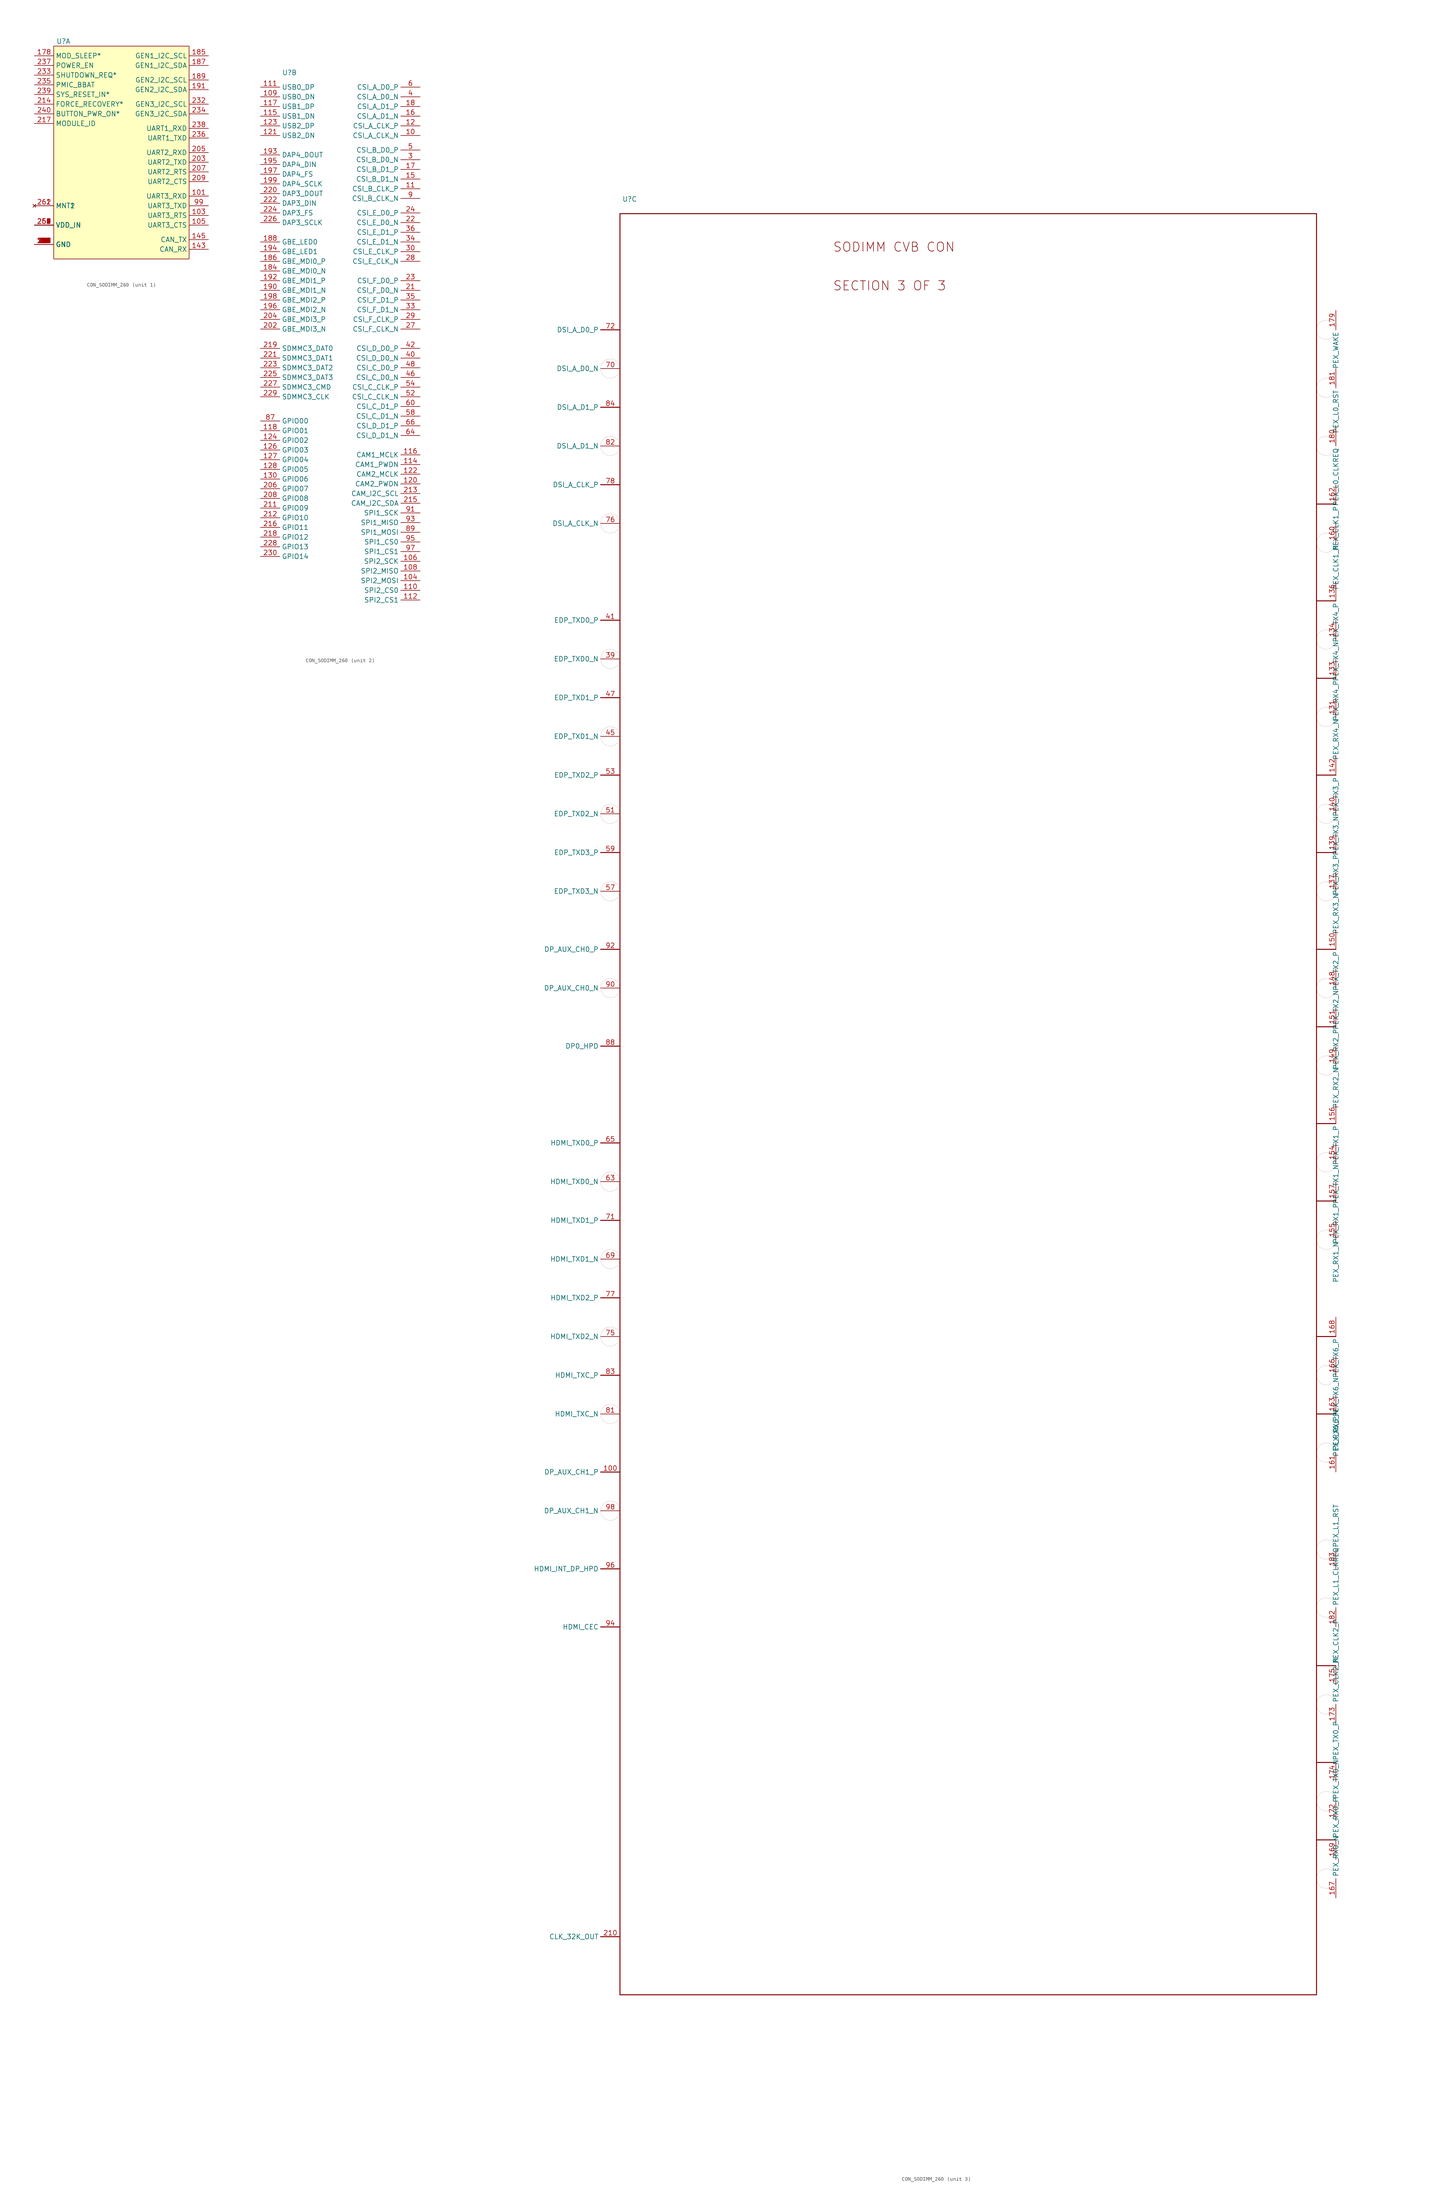
<source format=kicad_sym>
(kicad_symbol_lib
  (version 20220914)
  (generator kicad_symbol_editor)
  (symbol "CON_SODIMM_260"
    (pin_names
      (offset 0.5))
    (property "Reference" "U"
      (at 7.62 3.81 0)
      (effects (font (size 1.27 1.27))))
    (property "Value" ""
      (at 0 -44.45 0)
      (effects (font (size 1.27 1.27))))
    (property "ki_locked" ""
      (at 0 0 0)
      (effects (font (size 1.27 1.27))))
    (symbol "CON_SODIMM_260_1_0"
      (pin bidirectional line (at 0 -49.53 0) (length 5.08) (name "GND" (effects (font (size 1.27 1.27)))) (number "1" (effects (font (size 1.27 1.27)))))
      (pin bidirectional line (at 45.72 -36.83 180) (length 5.08) (name "UART3_RXD" (effects (font (size 1.27 1.27)))) (number "101" (effects (font (size 1.27 1.27)))))
      (pin bidirectional line (at 0 -49.53 0) (length 5.08) (name "GND" (effects (font (size 1.27 1.27)))) (number "102" (effects (font (size 1.27 1.27)))))
      (pin bidirectional line (at 45.72 -41.91 180) (length 5.08) (name "UART3_RTS" (effects (font (size 1.27 1.27)))) (number "103" (effects (font (size 1.27 1.27)))))
      (pin bidirectional line (at 45.72 -44.45 180) (length 5.08) (name "UART3_CTS" (effects (font (size 1.27 1.27)))) (number "105" (effects (font (size 1.27 1.27)))))
      (pin bidirectional line (at 0 -49.53 0) (length 5.08) (name "GND" (effects (font (size 1.27 1.27)))) (number "107" (effects (font (size 1.27 1.27)))))
      (pin bidirectional line (at 0 -49.53 0) (length 5.08) (name "GND" (effects (font (size 1.27 1.27)))) (number "113" (effects (font (size 1.27 1.27)))))
      (pin bidirectional line (at 0 -49.53 0) (length 5.08) (name "GND" (effects (font (size 1.27 1.27)))) (number "119" (effects (font (size 1.27 1.27)))))
      (pin bidirectional line (at 0 -49.53 0) (length 5.08) (name "GND" (effects (font (size 1.27 1.27)))) (number "125" (effects (font (size 1.27 1.27)))))
      (pin bidirectional line (at 0 -49.53 0) (length 5.08) (name "GND" (effects (font (size 1.27 1.27)))) (number "129" (effects (font (size 1.27 1.27)))))
      (pin bidirectional line (at 0 -49.53 0) (length 5.08) (name "GND" (effects (font (size 1.27 1.27)))) (number "13" (effects (font (size 1.27 1.27)))))
      (pin bidirectional line (at 0 -49.53 0) (length 5.08) (name "GND" (effects (font (size 1.27 1.27)))) (number "132" (effects (font (size 1.27 1.27)))))
      (pin bidirectional line (at 0 -49.53 0) (length 5.08) (name "GND" (effects (font (size 1.27 1.27)))) (number "135" (effects (font (size 1.27 1.27)))))
      (pin bidirectional line (at 0 -49.53 0) (length 5.08) (name "GND" (effects (font (size 1.27 1.27)))) (number "138" (effects (font (size 1.27 1.27)))))
      (pin bidirectional line (at 0 -49.53 0) (length 5.08) (name "GND" (effects (font (size 1.27 1.27)))) (number "14" (effects (font (size 1.27 1.27)))))
      (pin bidirectional line (at 0 -49.53 0) (length 5.08) (name "GND" (effects (font (size 1.27 1.27)))) (number "141" (effects (font (size 1.27 1.27)))))
      (pin bidirectional line (at 45.72 -50.8 180) (length 5.08) (name "CAN_RX" (effects (font (size 1.27 1.27)))) (number "143" (effects (font (size 1.27 1.27)))))
      (pin bidirectional line (at 0 -49.53 0) (length 5.08) (name "GND" (effects (font (size 1.27 1.27)))) (number "144" (effects (font (size 1.27 1.27)))))
      (pin bidirectional line (at 45.72 -48.26 180) (length 5.08) (name "CAN_TX" (effects (font (size 1.27 1.27)))) (number "145" (effects (font (size 1.27 1.27)))))
      (pin bidirectional line (at 0 -49.53 0) (length 5.08) (name "GND" (effects (font (size 1.27 1.27)))) (number "146" (effects (font (size 1.27 1.27)))))
      (pin bidirectional line (at 0 -49.53 0) (length 5.08) (name "GND" (effects (font (size 1.27 1.27)))) (number "147" (effects (font (size 1.27 1.27)))))
      (pin bidirectional line (at 0 -49.53 0) (length 5.08) (name "GND" (effects (font (size 1.27 1.27)))) (number "152" (effects (font (size 1.27 1.27)))))
      (pin bidirectional line (at 0 -49.53 0) (length 5.08) (name "GND" (effects (font (size 1.27 1.27)))) (number "153" (effects (font (size 1.27 1.27)))))
      (pin bidirectional line (at 0 -49.53 0) (length 5.08) (name "GND" (effects (font (size 1.27 1.27)))) (number "158" (effects (font (size 1.27 1.27)))))
      (pin bidirectional line (at 0 -49.53 0) (length 5.08) (name "GND" (effects (font (size 1.27 1.27)))) (number "159" (effects (font (size 1.27 1.27)))))
      (pin bidirectional line (at 0 -49.53 0) (length 5.08) (name "GND" (effects (font (size 1.27 1.27)))) (number "164" (effects (font (size 1.27 1.27)))))
      (pin bidirectional line (at 0 -49.53 0) (length 5.08) (name "GND" (effects (font (size 1.27 1.27)))) (number "165" (effects (font (size 1.27 1.27)))))
      (pin bidirectional line (at 0 -49.53 0) (length 5.08) (name "GND" (effects (font (size 1.27 1.27)))) (number "170" (effects (font (size 1.27 1.27)))))
      (pin bidirectional line (at 0 -49.53 0) (length 5.08) (name "GND" (effects (font (size 1.27 1.27)))) (number "171" (effects (font (size 1.27 1.27)))))
      (pin bidirectional line (at 0 -49.53 0) (length 5.08) (name "GND" (effects (font (size 1.27 1.27)))) (number "176" (effects (font (size 1.27 1.27)))))
      (pin bidirectional line (at 0 -49.53 0) (length 5.08) (name "GND" (effects (font (size 1.27 1.27)))) (number "177" (effects (font (size 1.27 1.27)))))
      (pin bidirectional line (at 0 0 0) (length 5.08) (name "MOD_SLEEP*" (effects (font (size 1.27 1.27)))) (number "178" (effects (font (size 1.27 1.27)))))
      (pin bidirectional line (at 45.72 0 180) (length 5.08) (name "GEN1_I2C_SCL" (effects (font (size 1.27 1.27)))) (number "185" (effects (font (size 1.27 1.27)))))
      (pin bidirectional line (at 45.72 -2.54 180) (length 5.08) (name "GEN1_I2C_SDA" (effects (font (size 1.27 1.27)))) (number "187" (effects (font (size 1.27 1.27)))))
      (pin bidirectional line (at 45.72 -6.35 180) (length 5.08) (name "GEN2_I2C_SCL" (effects (font (size 1.27 1.27)))) (number "189" (effects (font (size 1.27 1.27)))))
      (pin bidirectional line (at 0 -49.53 0) (length 5.08) (name "GND" (effects (font (size 1.27 1.27)))) (number "19" (effects (font (size 1.27 1.27)))))
      (pin bidirectional line (at 45.72 -8.89 180) (length 5.08) (name "GEN2_I2C_SDA" (effects (font (size 1.27 1.27)))) (number "191" (effects (font (size 1.27 1.27)))))
      (pin bidirectional line (at 0 -49.53 0) (length 5.08) (name "GND" (effects (font (size 1.27 1.27)))) (number "2" (effects (font (size 1.27 1.27)))))
      (pin bidirectional line (at 0 -49.53 0) (length 5.08) (name "GND" (effects (font (size 1.27 1.27)))) (number "20" (effects (font (size 1.27 1.27)))))
      (pin bidirectional line (at 0 -49.53 0) (length 5.08) (name "GND" (effects (font (size 1.27 1.27)))) (number "200" (effects (font (size 1.27 1.27)))))
      (pin bidirectional line (at 0 -49.53 0) (length 5.08) (name "GND" (effects (font (size 1.27 1.27)))) (number "201" (effects (font (size 1.27 1.27)))))
      (pin bidirectional line (at 45.72 -27.94 180) (length 5.08) (name "UART2_TXD" (effects (font (size 1.27 1.27)))) (number "203" (effects (font (size 1.27 1.27)))))
      (pin bidirectional line (at 45.72 -25.4 180) (length 5.08) (name "UART2_RXD" (effects (font (size 1.27 1.27)))) (number "205" (effects (font (size 1.27 1.27)))))
      (pin bidirectional line (at 45.72 -30.48 180) (length 5.08) (name "UART2_RTS" (effects (font (size 1.27 1.27)))) (number "207" (effects (font (size 1.27 1.27)))))
      (pin bidirectional line (at 45.72 -33.02 180) (length 5.08) (name "UART2_CTS" (effects (font (size 1.27 1.27)))) (number "209" (effects (font (size 1.27 1.27)))))
      (pin bidirectional line (at 0 -12.7 0) (length 5.08) (name "FORCE_RECOVERY*" (effects (font (size 1.27 1.27)))) (number "214" (effects (font (size 1.27 1.27)))))
      (pin bidirectional line (at 0 -17.78 0) (length 5.08) (name "MODULE_ID" (effects (font (size 1.27 1.27)))) (number "217" (effects (font (size 1.27 1.27)))))
      (pin bidirectional line (at 0 -49.53 0) (length 5.08) (name "GND" (effects (font (size 1.27 1.27)))) (number "231" (effects (font (size 1.27 1.27)))))
      (pin bidirectional line (at 45.72 -12.7 180) (length 5.08) (name "GEN3_I2C_SCL" (effects (font (size 1.27 1.27)))) (number "232" (effects (font (size 1.27 1.27)))))
      (pin bidirectional line (at 0 -5.08 0) (length 5.08) (name "SHUTDOWN_REQ*" (effects (font (size 1.27 1.27)))) (number "233" (effects (font (size 1.27 1.27)))))
      (pin bidirectional line (at 45.72 -15.24 180) (length 5.08) (name "GEN3_I2C_SDA" (effects (font (size 1.27 1.27)))) (number "234" (effects (font (size 1.27 1.27)))))
      (pin bidirectional line (at 0 -7.62 0) (length 5.08) (name "PMIC_BBAT" (effects (font (size 1.27 1.27)))) (number "235" (effects (font (size 1.27 1.27)))))
      (pin bidirectional line (at 45.72 -21.59 180) (length 5.08) (name "UART1_TXD" (effects (font (size 1.27 1.27)))) (number "236" (effects (font (size 1.27 1.27)))))
      (pin bidirectional line (at 0 -2.54 0) (length 5.08) (name "POWER_EN" (effects (font (size 1.27 1.27)))) (number "237" (effects (font (size 1.27 1.27)))))
      (pin bidirectional line (at 45.72 -19.05 180) (length 5.08) (name "UART1_RXD" (effects (font (size 1.27 1.27)))) (number "238" (effects (font (size 1.27 1.27)))))
      (pin bidirectional line (at 0 -10.16 0) (length 5.08) (name "SYS_RESET_IN*" (effects (font (size 1.27 1.27)))) (number "239" (effects (font (size 1.27 1.27)))))
      (pin bidirectional line (at 0 -15.24 0) (length 5.08) (name "BUTTON_PWR_ON*" (effects (font (size 1.27 1.27)))) (number "240" (effects (font (size 1.27 1.27)))))
      (pin bidirectional line (at 0 -49.53 0) (length 5.08) (name "GND" (effects (font (size 1.27 1.27)))) (number "241" (effects (font (size 1.27 1.27)))))
      (pin bidirectional line (at 0 -49.53 0) (length 5.08) (name "GND" (effects (font (size 1.27 1.27)))) (number "242" (effects (font (size 1.27 1.27)))))
      (pin bidirectional line (at 0 -49.53 0) (length 5.08) (name "GND" (effects (font (size 1.27 1.27)))) (number "243" (effects (font (size 1.27 1.27)))))
      (pin bidirectional line (at 0 -49.53 0) (length 5.08) (name "GND" (effects (font (size 1.27 1.27)))) (number "244" (effects (font (size 1.27 1.27)))))
      (pin bidirectional line (at 0 -49.53 0) (length 5.08) (name "GND" (effects (font (size 1.27 1.27)))) (number "245" (effects (font (size 1.27 1.27)))))
      (pin bidirectional line (at 0 -49.53 0) (length 5.08) (name "GND" (effects (font (size 1.27 1.27)))) (number "246" (effects (font (size 1.27 1.27)))))
      (pin bidirectional line (at 0 -49.53 0) (length 5.08) (name "GND" (effects (font (size 1.27 1.27)))) (number "247" (effects (font (size 1.27 1.27)))))
      (pin bidirectional line (at 0 -49.53 0) (length 5.08) (name "GND" (effects (font (size 1.27 1.27)))) (number "248" (effects (font (size 1.27 1.27)))))
      (pin bidirectional line (at 0 -49.53 0) (length 5.08) (name "GND" (effects (font (size 1.27 1.27)))) (number "249" (effects (font (size 1.27 1.27)))))
      (pin bidirectional line (at 0 -49.53 0) (length 5.08) (name "GND" (effects (font (size 1.27 1.27)))) (number "25" (effects (font (size 1.27 1.27)))))
      (pin bidirectional line (at 0 -49.53 0) (length 5.08) (name "GND" (effects (font (size 1.27 1.27)))) (number "250" (effects (font (size 1.27 1.27)))))
      (pin power_in line (at 0 -44.45 0) (length 5.08) (name "VDD_IN" (effects (font (size 1.27 1.27)))) (number "251" (effects (font (size 1.27 1.27)))))
      (pin power_in line (at 0 -44.45 0) (length 5.08) (name "VDD_IN" (effects (font (size 1.27 1.27)))) (number "252" (effects (font (size 1.27 1.27)))))
      (pin power_in line (at 0 -44.45 0) (length 5.08) (name "VDD_IN" (effects (font (size 1.27 1.27)))) (number "253" (effects (font (size 1.27 1.27)))))
      (pin power_in line (at 0 -44.45 0) (length 5.08) (name "VDD_IN" (effects (font (size 1.27 1.27)))) (number "254" (effects (font (size 1.27 1.27)))))
      (pin power_in line (at 0 -44.45 0) (length 5.08) (name "VDD_IN" (effects (font (size 1.27 1.27)))) (number "255" (effects (font (size 1.27 1.27)))))
      (pin power_in line (at 0 -44.45 0) (length 5.08) (name "VDD_IN" (effects (font (size 1.27 1.27)))) (number "256" (effects (font (size 1.27 1.27)))))
      (pin power_in line (at 0 -44.45 0) (length 5.08) (name "VDD_IN" (effects (font (size 1.27 1.27)))) (number "257" (effects (font (size 1.27 1.27)))))
      (pin power_in line (at 0 -44.45 0) (length 5.08) (name "VDD_IN" (effects (font (size 1.27 1.27)))) (number "258" (effects (font (size 1.27 1.27)))))
      (pin power_in line (at 0 -44.45 0) (length 5.08) (name "VDD_IN" (effects (font (size 1.27 1.27)))) (number "259" (effects (font (size 1.27 1.27)))))
      (pin bidirectional line (at 0 -49.53 0) (length 5.08) (name "GND" (effects (font (size 1.27 1.27)))) (number "26" (effects (font (size 1.27 1.27)))))
      (pin power_in line (at 0 -44.45 0) (length 5.08) (name "VDD_IN" (effects (font (size 1.27 1.27)))) (number "260" (effects (font (size 1.27 1.27)))))
      (pin no_connect line (at 0 -39.37 0) (length 5.08) (name "MNT1" (effects (font (size 1.27 1.27)))) (number "261" (effects (font (size 1.27 1.27)))))
      (pin no_connect line (at 0 -39.37 0) (length 5.08) (name "MNT2" (effects (font (size 1.27 1.27)))) (number "262" (effects (font (size 1.27 1.27)))))
      (pin bidirectional line (at 0 -49.53 0) (length 5.08) (name "GND" (effects (font (size 1.27 1.27)))) (number "31" (effects (font (size 1.27 1.27)))))
      (pin bidirectional line (at 0 -49.53 0) (length 5.08) (name "GND" (effects (font (size 1.27 1.27)))) (number "32" (effects (font (size 1.27 1.27)))))
      (pin bidirectional line (at 0 -49.53 0) (length 5.08) (name "GND" (effects (font (size 1.27 1.27)))) (number "37" (effects (font (size 1.27 1.27)))))
      (pin bidirectional line (at 0 -49.53 0) (length 5.08) (name "GND" (effects (font (size 1.27 1.27)))) (number "38" (effects (font (size 1.27 1.27)))))
      (pin bidirectional line (at 0 -49.53 0) (length 5.08) (name "GND" (effects (font (size 1.27 1.27)))) (number "43" (effects (font (size 1.27 1.27)))))
      (pin bidirectional line (at 0 -49.53 0) (length 5.08) (name "GND" (effects (font (size 1.27 1.27)))) (number "44" (effects (font (size 1.27 1.27)))))
      (pin bidirectional line (at 0 -49.53 0) (length 5.08) (name "GND" (effects (font (size 1.27 1.27)))) (number "49" (effects (font (size 1.27 1.27)))))
      (pin bidirectional line (at 0 -49.53 0) (length 5.08) (name "GND" (effects (font (size 1.27 1.27)))) (number "50" (effects (font (size 1.27 1.27)))))
      (pin bidirectional line (at 0 -49.53 0) (length 5.08) (name "GND" (effects (font (size 1.27 1.27)))) (number "55" (effects (font (size 1.27 1.27)))))
      (pin bidirectional line (at 0 -49.53 0) (length 5.08) (name "GND" (effects (font (size 1.27 1.27)))) (number "56" (effects (font (size 1.27 1.27)))))
      (pin bidirectional line (at 0 -49.53 0) (length 5.08) (name "GND" (effects (font (size 1.27 1.27)))) (number "61" (effects (font (size 1.27 1.27)))))
      (pin bidirectional line (at 0 -49.53 0) (length 5.08) (name "GND" (effects (font (size 1.27 1.27)))) (number "62" (effects (font (size 1.27 1.27)))))
      (pin bidirectional line (at 0 -49.53 0) (length 5.08) (name "GND" (effects (font (size 1.27 1.27)))) (number "67" (effects (font (size 1.27 1.27)))))
      (pin bidirectional line (at 0 -49.53 0) (length 5.08) (name "GND" (effects (font (size 1.27 1.27)))) (number "68" (effects (font (size 1.27 1.27)))))
      (pin bidirectional line (at 0 -49.53 0) (length 5.08) (name "GND" (effects (font (size 1.27 1.27)))) (number "7" (effects (font (size 1.27 1.27)))))
      (pin bidirectional line (at 0 -49.53 0) (length 5.08) (name "GND" (effects (font (size 1.27 1.27)))) (number "73" (effects (font (size 1.27 1.27)))))
      (pin bidirectional line (at 0 -49.53 0) (length 5.08) (name "GND" (effects (font (size 1.27 1.27)))) (number "74" (effects (font (size 1.27 1.27)))))
      (pin bidirectional line (at 0 -49.53 0) (length 5.08) (name "GND" (effects (font (size 1.27 1.27)))) (number "79" (effects (font (size 1.27 1.27)))))
      (pin bidirectional line (at 0 -49.53 0) (length 5.08) (name "GND" (effects (font (size 1.27 1.27)))) (number "8" (effects (font (size 1.27 1.27)))))
      (pin bidirectional line (at 0 -49.53 0) (length 5.08) (name "GND" (effects (font (size 1.27 1.27)))) (number "80" (effects (font (size 1.27 1.27)))))
      (pin bidirectional line (at 0 -49.53 0) (length 5.08) (name "GND" (effects (font (size 1.27 1.27)))) (number "85" (effects (font (size 1.27 1.27)))))
      (pin bidirectional line (at 0 -49.53 0) (length 5.08) (name "GND" (effects (font (size 1.27 1.27)))) (number "86" (effects (font (size 1.27 1.27)))))
      (pin bidirectional line (at 45.72 -39.37 180) (length 5.08) (name "UART3_TXD" (effects (font (size 1.27 1.27)))) (number "99" (effects (font (size 1.27 1.27))))))
    (symbol "CON_SODIMM_260_1_1"
      (rectangle (start 5.08 2.54) (end 40.64 -53.34) (stroke (width 0) (type default)) (fill (type background))))
    (symbol "CON_SODIMM_260_2_0"
      (pin bidirectional line (at 41.91 -12.7 180) (length 5.08) (name "CSI_A_CLK_N" (effects (font (size 1.27 1.27)))) (number "10" (effects (font (size 1.27 1.27)))))
      (pin bidirectional line (at 41.91 -129.54 180) (length 5.08) (name "SPI2_MOSI" (effects (font (size 1.27 1.27)))) (number "104" (effects (font (size 1.27 1.27)))))
      (pin bidirectional line (at 41.91 -124.46 180) (length 5.08) (name "SPI2_SCK" (effects (font (size 1.27 1.27)))) (number "106" (effects (font (size 1.27 1.27)))))
      (pin bidirectional line (at 41.91 -127 180) (length 5.08) (name "SPI2_MISO" (effects (font (size 1.27 1.27)))) (number "108" (effects (font (size 1.27 1.27)))))
      (pin bidirectional line (at 0 -2.54 0) (length 5.08) (name "USB0_DN" (effects (font (size 1.27 1.27)))) (number "109" (effects (font (size 1.27 1.27)))))
      (pin bidirectional line (at 41.91 -26.67 180) (length 5.08) (name "CSI_B_CLK_P" (effects (font (size 1.27 1.27)))) (number "11" (effects (font (size 1.27 1.27)))))
      (pin bidirectional line (at 41.91 -132.08 180) (length 5.08) (name "SPI2_CS0" (effects (font (size 1.27 1.27)))) (number "110" (effects (font (size 1.27 1.27)))))
      (pin bidirectional line (at 0 0 0) (length 5.08) (name "USB0_DP" (effects (font (size 1.27 1.27)))) (number "111" (effects (font (size 1.27 1.27)))))
      (pin bidirectional line (at 41.91 -134.62 180) (length 5.08) (name "SPI2_CS1" (effects (font (size 1.27 1.27)))) (number "112" (effects (font (size 1.27 1.27)))))
      (pin bidirectional line (at 41.91 -99.06 180) (length 5.08) (name "CAM1_PWDN" (effects (font (size 1.27 1.27)))) (number "114" (effects (font (size 1.27 1.27)))))
      (pin bidirectional line (at 0 -7.62 0) (length 5.08) (name "USB1_DN" (effects (font (size 1.27 1.27)))) (number "115" (effects (font (size 1.27 1.27)))))
      (pin bidirectional line (at 41.91 -96.52 180) (length 5.08) (name "CAM1_MCLK" (effects (font (size 1.27 1.27)))) (number "116" (effects (font (size 1.27 1.27)))))
      (pin bidirectional line (at 0 -5.08 0) (length 5.08) (name "USB1_DP" (effects (font (size 1.27 1.27)))) (number "117" (effects (font (size 1.27 1.27)))))
      (pin bidirectional line (at 0 -90.17 0) (length 5.08) (name "GPIO01" (effects (font (size 1.27 1.27)))) (number "118" (effects (font (size 1.27 1.27)))))
      (pin bidirectional line (at 41.91 -10.16 180) (length 5.08) (name "CSI_A_CLK_P" (effects (font (size 1.27 1.27)))) (number "12" (effects (font (size 1.27 1.27)))))
      (pin bidirectional line (at 41.91 -104.14 180) (length 5.08) (name "CAM2_PWDN" (effects (font (size 1.27 1.27)))) (number "120" (effects (font (size 1.27 1.27)))))
      (pin bidirectional line (at 0 -12.7 0) (length 5.08) (name "USB2_DN" (effects (font (size 1.27 1.27)))) (number "121" (effects (font (size 1.27 1.27)))))
      (pin bidirectional line (at 41.91 -101.6 180) (length 5.08) (name "CAM2_MCLK" (effects (font (size 1.27 1.27)))) (number "122" (effects (font (size 1.27 1.27)))))
      (pin bidirectional line (at 0 -10.16 0) (length 5.08) (name "USB2_DP" (effects (font (size 1.27 1.27)))) (number "123" (effects (font (size 1.27 1.27)))))
      (pin bidirectional line (at 0 -92.71 0) (length 5.08) (name "GPIO02" (effects (font (size 1.27 1.27)))) (number "124" (effects (font (size 1.27 1.27)))))
      (pin bidirectional line (at 0 -95.25 0) (length 5.08) (name "GPIO03" (effects (font (size 1.27 1.27)))) (number "126" (effects (font (size 1.27 1.27)))))
      (pin bidirectional line (at 0 -97.79 0) (length 5.08) (name "GPIO04" (effects (font (size 1.27 1.27)))) (number "127" (effects (font (size 1.27 1.27)))))
      (pin bidirectional line (at 0 -100.33 0) (length 5.08) (name "GPIO05" (effects (font (size 1.27 1.27)))) (number "128" (effects (font (size 1.27 1.27)))))
      (pin bidirectional line (at 0 -102.87 0) (length 5.08) (name "GPIO06" (effects (font (size 1.27 1.27)))) (number "130" (effects (font (size 1.27 1.27)))))
      (pin bidirectional line (at 41.91 -24.13 180) (length 5.08) (name "CSI_B_D1_N" (effects (font (size 1.27 1.27)))) (number "15" (effects (font (size 1.27 1.27)))))
      (pin bidirectional line (at 41.91 -7.62 180) (length 5.08) (name "CSI_A_D1_N" (effects (font (size 1.27 1.27)))) (number "16" (effects (font (size 1.27 1.27)))))
      (pin bidirectional line (at 41.91 -21.59 180) (length 5.08) (name "CSI_B_D1_P" (effects (font (size 1.27 1.27)))) (number "17" (effects (font (size 1.27 1.27)))))
      (pin bidirectional line (at 41.91 -5.08 180) (length 5.08) (name "CSI_A_D1_P" (effects (font (size 1.27 1.27)))) (number "18" (effects (font (size 1.27 1.27)))))
      (pin bidirectional line (at 0 -48.26 0) (length 5.08) (name "GBE_MDI0_N" (effects (font (size 1.27 1.27)))) (number "184" (effects (font (size 1.27 1.27)))))
      (pin bidirectional line (at 0 -45.72 0) (length 5.08) (name "GBE_MDI0_P" (effects (font (size 1.27 1.27)))) (number "186" (effects (font (size 1.27 1.27)))))
      (pin bidirectional line (at 0 -40.64 0) (length 5.08) (name "GBE_LED0" (effects (font (size 1.27 1.27)))) (number "188" (effects (font (size 1.27 1.27)))))
      (pin bidirectional line (at 0 -53.34 0) (length 5.08) (name "GBE_MDI1_N" (effects (font (size 1.27 1.27)))) (number "190" (effects (font (size 1.27 1.27)))))
      (pin bidirectional line (at 0 -50.8 0) (length 5.08) (name "GBE_MDI1_P" (effects (font (size 1.27 1.27)))) (number "192" (effects (font (size 1.27 1.27)))))
      (pin bidirectional line (at 0 -17.78 0) (length 5.08) (name "DAP4_DOUT" (effects (font (size 1.27 1.27)))) (number "193" (effects (font (size 1.27 1.27)))))
      (pin bidirectional line (at 0 -43.18 0) (length 5.08) (name "GBE_LED1" (effects (font (size 1.27 1.27)))) (number "194" (effects (font (size 1.27 1.27)))))
      (pin bidirectional line (at 0 -20.32 0) (length 5.08) (name "DAP4_DIN" (effects (font (size 1.27 1.27)))) (number "195" (effects (font (size 1.27 1.27)))))
      (pin bidirectional line (at 0 -58.42 0) (length 5.08) (name "GBE_MDI2_N" (effects (font (size 1.27 1.27)))) (number "196" (effects (font (size 1.27 1.27)))))
      (pin bidirectional line (at 0 -22.86 0) (length 5.08) (name "DAP4_FS" (effects (font (size 1.27 1.27)))) (number "197" (effects (font (size 1.27 1.27)))))
      (pin bidirectional line (at 0 -55.88 0) (length 5.08) (name "GBE_MDI2_P" (effects (font (size 1.27 1.27)))) (number "198" (effects (font (size 1.27 1.27)))))
      (pin bidirectional line (at 0 -25.4 0) (length 5.08) (name "DAP4_SCLK" (effects (font (size 1.27 1.27)))) (number "199" (effects (font (size 1.27 1.27)))))
      (pin bidirectional line (at 0 -63.5 0) (length 5.08) (name "GBE_MDI3_N" (effects (font (size 1.27 1.27)))) (number "202" (effects (font (size 1.27 1.27)))))
      (pin bidirectional line (at 0 -60.96 0) (length 5.08) (name "GBE_MDI3_P" (effects (font (size 1.27 1.27)))) (number "204" (effects (font (size 1.27 1.27)))))
      (pin bidirectional line (at 0 -105.41 0) (length 5.08) (name "GPIO07" (effects (font (size 1.27 1.27)))) (number "206" (effects (font (size 1.27 1.27)))))
      (pin bidirectional line (at 0 -107.95 0) (length 5.08) (name "GPIO08" (effects (font (size 1.27 1.27)))) (number "208" (effects (font (size 1.27 1.27)))))
      (pin bidirectional line (at 41.91 -53.34 180) (length 5.08) (name "CSI_F_D0_N" (effects (font (size 1.27 1.27)))) (number "21" (effects (font (size 1.27 1.27)))))
      (pin bidirectional line (at 0 -110.49 0) (length 5.08) (name "GPIO09" (effects (font (size 1.27 1.27)))) (number "211" (effects (font (size 1.27 1.27)))))
      (pin bidirectional line (at 0 -113.03 0) (length 5.08) (name "GPIO10" (effects (font (size 1.27 1.27)))) (number "212" (effects (font (size 1.27 1.27)))))
      (pin bidirectional line (at 41.91 -106.68 180) (length 5.08) (name "CAM_I2C_SCL" (effects (font (size 1.27 1.27)))) (number "213" (effects (font (size 1.27 1.27)))))
      (pin bidirectional line (at 41.91 -109.22 180) (length 5.08) (name "CAM_I2C_SDA" (effects (font (size 1.27 1.27)))) (number "215" (effects (font (size 1.27 1.27)))))
      (pin bidirectional line (at 0 -115.57 0) (length 5.08) (name "GPIO11" (effects (font (size 1.27 1.27)))) (number "216" (effects (font (size 1.27 1.27)))))
      (pin bidirectional line (at 0 -118.11 0) (length 5.08) (name "GPIO12" (effects (font (size 1.27 1.27)))) (number "218" (effects (font (size 1.27 1.27)))))
      (pin bidirectional line (at 0 -68.58 0) (length 5.08) (name "SDMMC3_DAT0" (effects (font (size 1.27 1.27)))) (number "219" (effects (font (size 1.27 1.27)))))
      (pin bidirectional line (at 41.91 -35.56 180) (length 5.08) (name "CSI_E_D0_N" (effects (font (size 1.27 1.27)))) (number "22" (effects (font (size 1.27 1.27)))))
      (pin bidirectional line (at 0 -27.94 0) (length 5.08) (name "DAP3_DOUT" (effects (font (size 1.27 1.27)))) (number "220" (effects (font (size 1.27 1.27)))))
      (pin bidirectional line (at 0 -71.12 0) (length 5.08) (name "SDMMC3_DAT1" (effects (font (size 1.27 1.27)))) (number "221" (effects (font (size 1.27 1.27)))))
      (pin bidirectional line (at 0 -30.48 0) (length 5.08) (name "DAP3_DIN" (effects (font (size 1.27 1.27)))) (number "222" (effects (font (size 1.27 1.27)))))
      (pin bidirectional line (at 0 -73.66 0) (length 5.08) (name "SDMMC3_DAT2" (effects (font (size 1.27 1.27)))) (number "223" (effects (font (size 1.27 1.27)))))
      (pin bidirectional line (at 0 -33.02 0) (length 5.08) (name "DAP3_FS" (effects (font (size 1.27 1.27)))) (number "224" (effects (font (size 1.27 1.27)))))
      (pin bidirectional line (at 0 -76.2 0) (length 5.08) (name "SDMMC3_DAT3" (effects (font (size 1.27 1.27)))) (number "225" (effects (font (size 1.27 1.27)))))
      (pin bidirectional line (at 0 -35.56 0) (length 5.08) (name "DAP3_SCLK" (effects (font (size 1.27 1.27)))) (number "226" (effects (font (size 1.27 1.27)))))
      (pin bidirectional line (at 0 -78.74 0) (length 5.08) (name "SDMMC3_CMD" (effects (font (size 1.27 1.27)))) (number "227" (effects (font (size 1.27 1.27)))))
      (pin bidirectional line (at 0 -120.65 0) (length 5.08) (name "GPIO13" (effects (font (size 1.27 1.27)))) (number "228" (effects (font (size 1.27 1.27)))))
      (pin bidirectional line (at 0 -81.28 0) (length 5.08) (name "SDMMC3_CLK" (effects (font (size 1.27 1.27)))) (number "229" (effects (font (size 1.27 1.27)))))
      (pin bidirectional line (at 41.91 -50.8 180) (length 5.08) (name "CSI_F_D0_P" (effects (font (size 1.27 1.27)))) (number "23" (effects (font (size 1.27 1.27)))))
      (pin bidirectional line (at 0 -123.19 0) (length 5.08) (name "GPIO14" (effects (font (size 1.27 1.27)))) (number "230" (effects (font (size 1.27 1.27)))))
      (pin bidirectional line (at 41.91 -33.02 180) (length 5.08) (name "CSI_E_D0_P" (effects (font (size 1.27 1.27)))) (number "24" (effects (font (size 1.27 1.27)))))
      (pin bidirectional line (at 41.91 -63.5 180) (length 5.08) (name "CSI_F_CLK_N" (effects (font (size 1.27 1.27)))) (number "27" (effects (font (size 1.27 1.27)))))
      (pin bidirectional line (at 41.91 -45.72 180) (length 5.08) (name "CSI_E_CLK_N" (effects (font (size 1.27 1.27)))) (number "28" (effects (font (size 1.27 1.27)))))
      (pin bidirectional line (at 41.91 -60.96 180) (length 5.08) (name "CSI_F_CLK_P" (effects (font (size 1.27 1.27)))) (number "29" (effects (font (size 1.27 1.27)))))
      (pin bidirectional line (at 41.91 -19.05 180) (length 5.08) (name "CSI_B_D0_N" (effects (font (size 1.27 1.27)))) (number "3" (effects (font (size 1.27 1.27)))))
      (pin bidirectional line (at 41.91 -43.18 180) (length 5.08) (name "CSI_E_CLK_P" (effects (font (size 1.27 1.27)))) (number "30" (effects (font (size 1.27 1.27)))))
      (pin bidirectional line (at 41.91 -58.42 180) (length 5.08) (name "CSI_F_D1_N" (effects (font (size 1.27 1.27)))) (number "33" (effects (font (size 1.27 1.27)))))
      (pin bidirectional line (at 41.91 -40.64 180) (length 5.08) (name "CSI_E_D1_N" (effects (font (size 1.27 1.27)))) (number "34" (effects (font (size 1.27 1.27)))))
      (pin bidirectional line (at 41.91 -55.88 180) (length 5.08) (name "CSI_F_D1_P" (effects (font (size 1.27 1.27)))) (number "35" (effects (font (size 1.27 1.27)))))
      (pin bidirectional line (at 41.91 -38.1 180) (length 5.08) (name "CSI_E_D1_P" (effects (font (size 1.27 1.27)))) (number "36" (effects (font (size 1.27 1.27)))))
      (pin bidirectional line (at 41.91 -2.54 180) (length 5.08) (name "CSI_A_D0_N" (effects (font (size 1.27 1.27)))) (number "4" (effects (font (size 1.27 1.27)))))
      (pin bidirectional line (at 41.91 -71.12 180) (length 5.08) (name "CSI_D_D0_N" (effects (font (size 1.27 1.27)))) (number "40" (effects (font (size 1.27 1.27)))))
      (pin bidirectional line (at 41.91 -68.58 180) (length 5.08) (name "CSI_D_D0_P" (effects (font (size 1.27 1.27)))) (number "42" (effects (font (size 1.27 1.27)))))
      (pin bidirectional line (at 41.91 -76.2 180) (length 5.08) (name "CSI_C_D0_N" (effects (font (size 1.27 1.27)))) (number "46" (effects (font (size 1.27 1.27)))))
      (pin bidirectional line (at 41.91 -73.66 180) (length 5.08) (name "CSI_C_D0_P" (effects (font (size 1.27 1.27)))) (number "48" (effects (font (size 1.27 1.27)))))
      (pin bidirectional line (at 41.91 -16.51 180) (length 5.08) (name "CSI_B_D0_P" (effects (font (size 1.27 1.27)))) (number "5" (effects (font (size 1.27 1.27)))))
      (pin bidirectional line (at 41.91 -81.28 180) (length 5.08) (name "CSI_C_CLK_N" (effects (font (size 1.27 1.27)))) (number "52" (effects (font (size 1.27 1.27)))))
      (pin bidirectional line (at 41.91 -78.74 180) (length 5.08) (name "CSI_C_CLK_P" (effects (font (size 1.27 1.27)))) (number "54" (effects (font (size 1.27 1.27)))))
      (pin bidirectional line (at 41.91 -86.36 180) (length 5.08) (name "CSI_C_D1_N" (effects (font (size 1.27 1.27)))) (number "58" (effects (font (size 1.27 1.27)))))
      (pin bidirectional line (at 41.91 0 180) (length 5.08) (name "CSI_A_D0_P" (effects (font (size 1.27 1.27)))) (number "6" (effects (font (size 1.27 1.27)))))
      (pin bidirectional line (at 41.91 -83.82 180) (length 5.08) (name "CSI_C_D1_P" (effects (font (size 1.27 1.27)))) (number "60" (effects (font (size 1.27 1.27)))))
      (pin bidirectional line (at 41.91 -91.44 180) (length 5.08) (name "CSI_D_D1_N" (effects (font (size 1.27 1.27)))) (number "64" (effects (font (size 1.27 1.27)))))
      (pin bidirectional line (at 41.91 -88.9 180) (length 5.08) (name "CSI_D_D1_P" (effects (font (size 1.27 1.27)))) (number "66" (effects (font (size 1.27 1.27)))))
      (pin bidirectional line (at 0 -87.63 0) (length 5.08) (name "GPIO00" (effects (font (size 1.27 1.27)))) (number "87" (effects (font (size 1.27 1.27)))))
      (pin bidirectional line (at 41.91 -116.84 180) (length 5.08) (name "SPI1_MOSI" (effects (font (size 1.27 1.27)))) (number "89" (effects (font (size 1.27 1.27)))))
      (pin bidirectional line (at 41.91 -29.21 180) (length 5.08) (name "CSI_B_CLK_N" (effects (font (size 1.27 1.27)))) (number "9" (effects (font (size 1.27 1.27)))))
      (pin bidirectional line (at 41.91 -111.76 180) (length 5.08) (name "SPI1_SCK" (effects (font (size 1.27 1.27)))) (number "91" (effects (font (size 1.27 1.27)))))
      (pin bidirectional line (at 41.91 -114.3 180) (length 5.08) (name "SPI1_MISO" (effects (font (size 1.27 1.27)))) (number "93" (effects (font (size 1.27 1.27)))))
      (pin bidirectional line (at 41.91 -119.38 180) (length 5.08) (name "SPI1_CS0" (effects (font (size 1.27 1.27)))) (number "95" (effects (font (size 1.27 1.27)))))
      (pin bidirectional line (at 41.91 -121.92 180) (length 5.08) (name "SPI1_CS1" (effects (font (size 1.27 1.27)))) (number "97" (effects (font (size 1.27 1.27))))))
    (symbol "CON_SODIMM_260_3_0"
      (polyline (pts (xy 5.08 -452.12) (xy 0 -452.12)) (stroke (width 0.254) (type solid)) (fill (type none)))
      (polyline (pts (xy 5.08 -370.84) (xy 0 -370.84)) (stroke (width 0.254) (type solid)) (fill (type none)))
      (polyline (pts (xy 5.08 -355.6) (xy 0 -355.6)) (stroke (width 0.254) (type solid)) (fill (type none)))
      (polyline (pts (xy 5.08 -330.2) (xy 0 -330.2)) (stroke (width 0.254) (type solid)) (fill (type none)))
      (polyline (pts (xy 5.08 -304.8) (xy 0 -304.8)) (stroke (width 0.254) (type solid)) (fill (type none)))
      (polyline (pts (xy 5.08 -284.48) (xy 0 -284.48)) (stroke (width 0.254) (type solid)) (fill (type none)))
      (polyline (pts (xy 5.08 -264.16) (xy 0 -264.16)) (stroke (width 0.254) (type solid)) (fill (type none)))
      (polyline (pts (xy 5.08 -243.84) (xy 0 -243.84)) (stroke (width 0.254) (type solid)) (fill (type none)))
      (polyline (pts (xy 5.08 -218.44) (xy 0 -218.44)) (stroke (width 0.254) (type solid)) (fill (type none)))
      (polyline (pts (xy 5.08 -193.04) (xy 0 -193.04)) (stroke (width 0.254) (type solid)) (fill (type none)))
      (polyline (pts (xy 5.08 -167.64) (xy 0 -167.64)) (stroke (width 0.254) (type solid)) (fill (type none)))
      (polyline (pts (xy 5.08 -147.32) (xy 0 -147.32)) (stroke (width 0.254) (type solid)) (fill (type none)))
      (polyline (pts (xy 5.08 -127) (xy 0 -127)) (stroke (width 0.254) (type solid)) (fill (type none)))
      (polyline (pts (xy 5.08 -106.68) (xy 0 -106.68)) (stroke (width 0.254) (type solid)) (fill (type none)))
      (polyline (pts (xy 5.08 -71.12) (xy 0 -71.12)) (stroke (width 0.254) (type solid)) (fill (type none)))
      (polyline (pts (xy 5.08 -50.8) (xy 0 -50.8)) (stroke (width 0.254) (type solid)) (fill (type none)))
      (polyline (pts (xy 5.08 -30.48) (xy 0 -30.48)) (stroke (width 0.254) (type solid)) (fill (type none)))
      (polyline (pts (xy 5.08 0) (xy 5.08 -467.36)) (stroke (width 0.254) (type solid)) (fill (type none)))
      (polyline (pts (xy 187.96 -467.36) (xy 5.08 -467.36)) (stroke (width 0.254) (type solid)) (fill (type none)))
      (polyline (pts (xy 187.96 -426.72) (xy 193.04 -426.72)) (stroke (width 0.254) (type solid)) (fill (type none)))
      (polyline (pts (xy 187.96 -406.4) (xy 193.04 -406.4)) (stroke (width 0.254) (type solid)) (fill (type none)))
      (polyline (pts (xy 187.96 -381) (xy 193.04 -381)) (stroke (width 0.254) (type solid)) (fill (type none)))
      (polyline (pts (xy 187.96 -314.96) (xy 193.04 -314.96)) (stroke (width 0.254) (type solid)) (fill (type none)))
      (polyline (pts (xy 187.96 -294.64) (xy 193.04 -294.64)) (stroke (width 0.254) (type solid)) (fill (type none)))
      (polyline (pts (xy 187.96 -259.08) (xy 193.04 -259.08)) (stroke (width 0.254) (type solid)) (fill (type none)))
      (polyline (pts (xy 187.96 -238.76) (xy 193.04 -238.76)) (stroke (width 0.254) (type solid)) (fill (type none)))
      (polyline (pts (xy 187.96 -213.36) (xy 193.04 -213.36)) (stroke (width 0.254) (type solid)) (fill (type none)))
      (polyline (pts (xy 187.96 -193.04) (xy 193.04 -193.04)) (stroke (width 0.254) (type solid)) (fill (type none)))
      (polyline (pts (xy 187.96 -167.64) (xy 193.04 -167.64)) (stroke (width 0.254) (type solid)) (fill (type none)))
      (polyline (pts (xy 187.96 -147.32) (xy 193.04 -147.32)) (stroke (width 0.254) (type solid)) (fill (type none)))
      (polyline (pts (xy 187.96 -121.92) (xy 193.04 -121.92)) (stroke (width 0.254) (type solid)) (fill (type none)))
      (polyline (pts (xy 187.96 -101.6) (xy 193.04 -101.6)) (stroke (width 0.254) (type solid)) (fill (type none)))
      (polyline (pts (xy 187.96 -76.2) (xy 193.04 -76.2)) (stroke (width 0.254) (type solid)) (fill (type none)))
      (polyline (pts (xy 187.96 0) (xy 5.08 0)) (stroke (width 0.254) (type solid)) (fill (type none)))
      (polyline (pts (xy 187.96 0) (xy 187.96 -467.36)) (stroke (width 0.254) (type solid)) (fill (type none)))
      (circle (center 2.54 -340.36) (radius 2.54) (stroke (width 0.0001) (type solid)) (fill (type none)))
      (circle (center 2.54 -314.96) (radius 2.54) (stroke (width 0.0001) (type solid)) (fill (type none)))
      (circle (center 2.54 -294.64) (radius 2.54) (stroke (width 0.0001) (type solid)) (fill (type none)))
      (circle (center 2.54 -274.32) (radius 2.54) (stroke (width 0.0001) (type solid)) (fill (type none)))
      (circle (center 2.54 -254) (radius 2.54) (stroke (width 0.0001) (type solid)) (fill (type none)))
      (circle (center 2.54 -203.2) (radius 2.54) (stroke (width 0.0001) (type solid)) (fill (type none)))
      (circle (center 2.54 -177.8) (radius 2.54) (stroke (width 0.0001) (type solid)) (fill (type none)))
      (circle (center 2.54 -157.48) (radius 2.54) (stroke (width 0.0001) (type solid)) (fill (type none)))
      (circle (center 2.54 -137.16) (radius 2.54) (stroke (width 0.0001) (type solid)) (fill (type none)))
      (circle (center 2.54 -116.84) (radius 2.54) (stroke (width 0.0001) (type solid)) (fill (type none)))
      (circle (center 2.54 -81.28) (radius 2.54) (stroke (width 0.0001) (type solid)) (fill (type none)))
      (circle (center 2.54 -60.96) (radius 2.54) (stroke (width 0.0001) (type solid)) (fill (type none)))
      (circle (center 2.54 -40.64) (radius 2.54) (stroke (width 0.0001) (type solid)) (fill (type none)))
      (circle (center 190.5 -436.88) (radius 2.54) (stroke (width 0.0001) (type solid)) (fill (type none)))
      (circle (center 190.5 -416.56) (radius 2.54) (stroke (width 0.0001) (type solid)) (fill (type none)))
      (circle (center 190.5 -391.16) (radius 2.54) (stroke (width 0.0001) (type solid)) (fill (type none)))
      (circle (center 190.5 -365.76) (radius 2.54) (stroke (width 0.0001) (type solid)) (fill (type none)))
      (circle (center 190.5 -350.52) (radius 2.54) (stroke (width 0.0001) (type solid)) (fill (type none)))
      (circle (center 190.5 -325.12) (radius 2.54) (stroke (width 0.0001) (type solid)) (fill (type none)))
      (circle (center 190.5 -304.8) (radius 2.54) (stroke (width 0.0001) (type solid)) (fill (type none)))
      (circle (center 190.5 -269.24) (radius 2.54) (stroke (width 0.0001) (type solid)) (fill (type none)))
      (circle (center 190.5 -248.92) (radius 2.54) (stroke (width 0.0001) (type solid)) (fill (type none)))
      (circle (center 190.5 -223.52) (radius 2.54) (stroke (width 0.0001) (type solid)) (fill (type none)))
      (circle (center 190.5 -203.2) (radius 2.54) (stroke (width 0.0001) (type solid)) (fill (type none)))
      (circle (center 190.5 -177.8) (radius 2.54) (stroke (width 0.0001) (type solid)) (fill (type none)))
      (circle (center 190.5 -157.48) (radius 2.54) (stroke (width 0.0001) (type solid)) (fill (type none)))
      (circle (center 190.5 -132.08) (radius 2.54) (stroke (width 0.0001) (type solid)) (fill (type none)))
      (circle (center 190.5 -111.76) (radius 2.54) (stroke (width 0.0001) (type solid)) (fill (type none)))
      (circle (center 190.5 -86.36) (radius 2.54) (stroke (width 0.0001) (type solid)) (fill (type none)))
      (circle (center 190.5 -60.96) (radius 2.54) (stroke (width 0.0001) (type solid)) (fill (type none)))
      (circle (center 190.5 -45.72) (radius 2.54) (stroke (width 0.0001) (type solid)) (fill (type none)))
      (circle (center 190.5 -30.48) (radius 2.54) (stroke (width 0.0001) (type solid)) (fill (type none)))
      (text "SECTION 3 OF 3" (at 60.96 -20.32 0) (effects (font (size 2.413 2.413)) (justify left bottom)))
      (text "SODIMM CVB CON" (at 60.96 -10.16 0) (effects (font (size 2.413 2.413)) (justify left bottom)))
      (pin bidirectional line (at 5.08 -330.2 180) (length 5.08) (name "DP_AUX_CH1_P" (effects (font (size 1.27 1.27)))) (number "100" (effects (font (size 1.27 1.27)))))
      (pin bidirectional line (at 193.04 -127 270) (length 5.08) (name "PEX_RX4_N" (effects (font (size 1.27 1.27)))) (number "131" (effects (font (size 1.27 1.27)))))
      (pin bidirectional line (at 193.04 -116.84 270) (length 5.08) (name "PEX_RX4_P" (effects (font (size 1.27 1.27)))) (number "133" (effects (font (size 1.27 1.27)))))
      (pin bidirectional line (at 193.04 -106.68 270) (length 5.08) (name "PEX_TX4_N" (effects (font (size 1.27 1.27)))) (number "134" (effects (font (size 1.27 1.27)))))
      (pin bidirectional line (at 193.04 -96.52 270) (length 5.08) (name "PEX_TX4_P" (effects (font (size 1.27 1.27)))) (number "136" (effects (font (size 1.27 1.27)))))
      (pin bidirectional line (at 193.04 -172.72 270) (length 5.08) (name "PEX_RX3_N" (effects (font (size 1.27 1.27)))) (number "137" (effects (font (size 1.27 1.27)))))
      (pin bidirectional line (at 193.04 -162.56 270) (length 5.08) (name "PEX_RX3_P" (effects (font (size 1.27 1.27)))) (number "139" (effects (font (size 1.27 1.27)))))
      (pin bidirectional line (at 193.04 -152.4 270) (length 5.08) (name "PEX_TX3_N" (effects (font (size 1.27 1.27)))) (number "140" (effects (font (size 1.27 1.27)))))
      (pin bidirectional line (at 193.04 -142.24 270) (length 5.08) (name "PEX_TX3_P" (effects (font (size 1.27 1.27)))) (number "142" (effects (font (size 1.27 1.27)))))
      (pin bidirectional line (at 193.04 -198.12 270) (length 5.08) (name "PEX_TX2_N" (effects (font (size 1.27 1.27)))) (number "148" (effects (font (size 1.27 1.27)))))
      (pin bidirectional line (at 193.04 -218.44 270) (length 5.08) (name "PEX_RX2_N" (effects (font (size 1.27 1.27)))) (number "149" (effects (font (size 1.27 1.27)))))
      (pin bidirectional line (at 193.04 -187.96 270) (length 5.08) (name "PEX_TX2_P" (effects (font (size 1.27 1.27)))) (number "150" (effects (font (size 1.27 1.27)))))
      (pin bidirectional line (at 193.04 -208.28 270) (length 5.08) (name "PEX_RX2_P" (effects (font (size 1.27 1.27)))) (number "151" (effects (font (size 1.27 1.27)))))
      (pin bidirectional line (at 193.04 -243.84 270) (length 5.08) (name "PEX_TX1_N" (effects (font (size 1.27 1.27)))) (number "154" (effects (font (size 1.27 1.27)))))
      (pin bidirectional line (at 193.04 -264.16 270) (length 5.08) (name "PEX_RX1_N" (effects (font (size 1.27 1.27)))) (number "155" (effects (font (size 1.27 1.27)))))
      (pin bidirectional line (at 193.04 -233.68 270) (length 5.08) (name "PEX_TX1_P" (effects (font (size 1.27 1.27)))) (number "156" (effects (font (size 1.27 1.27)))))
      (pin bidirectional line (at 193.04 -254 270) (length 5.08) (name "PEX_RX1_P" (effects (font (size 1.27 1.27)))) (number "157" (effects (font (size 1.27 1.27)))))
      (pin bidirectional line (at 193.04 -81.28 270) (length 5.08) (name "PEX_CLK1_N" (effects (font (size 1.27 1.27)))) (number "160" (effects (font (size 1.27 1.27)))))
      (pin bidirectional line (at 193.04 -330.2 90) (length 5.08) (name "PEX_RX6_N" (effects (font (size 1.27 1.27)))) (number "161" (effects (font (size 1.27 1.27)))))
      (pin bidirectional line (at 193.04 -71.12 270) (length 5.08) (name "PEX_CLK1_P" (effects (font (size 1.27 1.27)))) (number "162" (effects (font (size 1.27 1.27)))))
      (pin bidirectional line (at 193.04 -309.88 270) (length 5.08) (name "PEX_RX6_P" (effects (font (size 1.27 1.27)))) (number "163" (effects (font (size 1.27 1.27)))))
      (pin bidirectional line (at 193.04 -299.72 270) (length 5.08) (name "PEX_TX6_N" (effects (font (size 1.27 1.27)))) (number "166" (effects (font (size 1.27 1.27)))))
      (pin bidirectional line (at 193.04 -441.96 90) (length 5.08) (name "PEX_RX0_N" (effects (font (size 1.27 1.27)))) (number "167" (effects (font (size 1.27 1.27)))))
      (pin bidirectional line (at 193.04 -289.56 270) (length 5.08) (name "PEX_TX6_P" (effects (font (size 1.27 1.27)))) (number "168" (effects (font (size 1.27 1.27)))))
      (pin bidirectional line (at 193.04 -431.8 90) (length 5.08) (name "PEX_RX0_P" (effects (font (size 1.27 1.27)))) (number "169" (effects (font (size 1.27 1.27)))))
      (pin bidirectional line (at 193.04 -421.64 90) (length 5.08) (name "PEX_TX0_N" (effects (font (size 1.27 1.27)))) (number "172" (effects (font (size 1.27 1.27)))))
      (pin bidirectional line (at 193.04 -396.24 90) (length 5.08) (name "PEX_CLK2_N" (effects (font (size 1.27 1.27)))) (number "173" (effects (font (size 1.27 1.27)))))
      (pin bidirectional line (at 193.04 -411.48 90) (length 5.08) (name "PEX_TX0_P" (effects (font (size 1.27 1.27)))) (number "174" (effects (font (size 1.27 1.27)))))
      (pin bidirectional line (at 193.04 -386.08 90) (length 5.08) (name "PEX_CLK2_P" (effects (font (size 1.27 1.27)))) (number "175" (effects (font (size 1.27 1.27)))))
      (pin bidirectional line (at 193.04 -25.4 270) (length 5.08) (name "PEX_WAKE" (effects (font (size 1.27 1.27)))) (number "179" (effects (font (size 1.27 1.27)))))
      (pin bidirectional line (at 193.04 -55.88 270) (length 5.08) (name "PEX_L0_CLKREQ" (effects (font (size 1.27 1.27)))) (number "180" (effects (font (size 1.27 1.27)))))
      (pin bidirectional line (at 193.04 -40.64 270) (length 5.08) (name "PEX_L0_RST" (effects (font (size 1.27 1.27)))) (number "181" (effects (font (size 1.27 1.27)))))
      (pin bidirectional line (at 193.04 -370.84 90) (length 5.08) (name "PEX_L1_CLKREQ" (effects (font (size 1.27 1.27)))) (number "182" (effects (font (size 1.27 1.27)))))
      (pin bidirectional line (at 193.04 -355.6 90) (length 5.08) (name "PEX_L1_RST" (effects (font (size 1.27 1.27)))) (number "183" (effects (font (size 1.27 1.27)))))
      (pin bidirectional line (at 5.08 -452.12 180) (length 5.08) (name "CLK_32K_OUT" (effects (font (size 1.27 1.27)))) (number "210" (effects (font (size 1.27 1.27)))))
      (pin bidirectional line (at 5.08 -116.84 180) (length 5.08) (name "EDP_TXD0_N" (effects (font (size 1.27 1.27)))) (number "39" (effects (font (size 1.27 1.27)))))
      (pin bidirectional line (at 5.08 -106.68 180) (length 5.08) (name "EDP_TXD0_P" (effects (font (size 1.27 1.27)))) (number "41" (effects (font (size 1.27 1.27)))))
      (pin bidirectional line (at 5.08 -137.16 180) (length 5.08) (name "EDP_TXD1_N" (effects (font (size 1.27 1.27)))) (number "45" (effects (font (size 1.27 1.27)))))
      (pin bidirectional line (at 5.08 -127 180) (length 5.08) (name "EDP_TXD1_P" (effects (font (size 1.27 1.27)))) (number "47" (effects (font (size 1.27 1.27)))))
      (pin bidirectional line (at 5.08 -157.48 180) (length 5.08) (name "EDP_TXD2_N" (effects (font (size 1.27 1.27)))) (number "51" (effects (font (size 1.27 1.27)))))
      (pin bidirectional line (at 5.08 -147.32 180) (length 5.08) (name "EDP_TXD2_P" (effects (font (size 1.27 1.27)))) (number "53" (effects (font (size 1.27 1.27)))))
      (pin bidirectional line (at 5.08 -177.8 180) (length 5.08) (name "EDP_TXD3_N" (effects (font (size 1.27 1.27)))) (number "57" (effects (font (size 1.27 1.27)))))
      (pin bidirectional line (at 5.08 -167.64 180) (length 5.08) (name "EDP_TXD3_P" (effects (font (size 1.27 1.27)))) (number "59" (effects (font (size 1.27 1.27)))))
      (pin bidirectional line (at 5.08 -254 180) (length 5.08) (name "HDMI_TXD0_N" (effects (font (size 1.27 1.27)))) (number "63" (effects (font (size 1.27 1.27)))))
      (pin bidirectional line (at 5.08 -243.84 180) (length 5.08) (name "HDMI_TXD0_P" (effects (font (size 1.27 1.27)))) (number "65" (effects (font (size 1.27 1.27)))))
      (pin bidirectional line (at 5.08 -274.32 180) (length 5.08) (name "HDMI_TXD1_N" (effects (font (size 1.27 1.27)))) (number "69" (effects (font (size 1.27 1.27)))))
      (pin bidirectional line (at 5.08 -40.64 180) (length 5.08) (name "DSI_A_D0_N" (effects (font (size 1.27 1.27)))) (number "70" (effects (font (size 1.27 1.27)))))
      (pin bidirectional line (at 5.08 -264.16 180) (length 5.08) (name "HDMI_TXD1_P" (effects (font (size 1.27 1.27)))) (number "71" (effects (font (size 1.27 1.27)))))
      (pin bidirectional line (at 5.08 -30.48 180) (length 5.08) (name "DSI_A_D0_P" (effects (font (size 1.27 1.27)))) (number "72" (effects (font (size 1.27 1.27)))))
      (pin bidirectional line (at 5.08 -294.64 180) (length 5.08) (name "HDMI_TXD2_N" (effects (font (size 1.27 1.27)))) (number "75" (effects (font (size 1.27 1.27)))))
      (pin bidirectional line (at 5.08 -81.28 180) (length 5.08) (name "DSI_A_CLK_N" (effects (font (size 1.27 1.27)))) (number "76" (effects (font (size 1.27 1.27)))))
      (pin bidirectional line (at 5.08 -284.48 180) (length 5.08) (name "HDMI_TXD2_P" (effects (font (size 1.27 1.27)))) (number "77" (effects (font (size 1.27 1.27)))))
      (pin bidirectional line (at 5.08 -71.12 180) (length 5.08) (name "DSI_A_CLK_P" (effects (font (size 1.27 1.27)))) (number "78" (effects (font (size 1.27 1.27)))))
      (pin bidirectional line (at 5.08 -314.96 180) (length 5.08) (name "HDMI_TXC_N" (effects (font (size 1.27 1.27)))) (number "81" (effects (font (size 1.27 1.27)))))
      (pin bidirectional line (at 5.08 -60.96 180) (length 5.08) (name "DSI_A_D1_N" (effects (font (size 1.27 1.27)))) (number "82" (effects (font (size 1.27 1.27)))))
      (pin bidirectional line (at 5.08 -304.8 180) (length 5.08) (name "HDMI_TXC_P" (effects (font (size 1.27 1.27)))) (number "83" (effects (font (size 1.27 1.27)))))
      (pin bidirectional line (at 5.08 -50.8 180) (length 5.08) (name "DSI_A_D1_P" (effects (font (size 1.27 1.27)))) (number "84" (effects (font (size 1.27 1.27)))))
      (pin bidirectional line (at 5.08 -218.44 180) (length 5.08) (name "DP0_HPD" (effects (font (size 1.27 1.27)))) (number "88" (effects (font (size 1.27 1.27)))))
      (pin bidirectional line (at 5.08 -203.2 180) (length 5.08) (name "DP_AUX_CH0_N" (effects (font (size 1.27 1.27)))) (number "90" (effects (font (size 1.27 1.27)))))
      (pin bidirectional line (at 5.08 -193.04 180) (length 5.08) (name "DP_AUX_CH0_P" (effects (font (size 1.27 1.27)))) (number "92" (effects (font (size 1.27 1.27)))))
      (pin bidirectional line (at 5.08 -370.84 180) (length 5.08) (name "HDMI_CEC" (effects (font (size 1.27 1.27)))) (number "94" (effects (font (size 1.27 1.27)))))
      (pin bidirectional line (at 5.08 -355.6 180) (length 5.08) (name "HDMI_INT_DP_HPD" (effects (font (size 1.27 1.27)))) (number "96" (effects (font (size 1.27 1.27)))))
      (pin bidirectional line (at 5.08 -340.36 180) (length 5.08) (name "DP_AUX_CH1_N" (effects (font (size 1.27 1.27)))) (number "98" (effects (font (size 1.27 1.27))))))))
</source>
